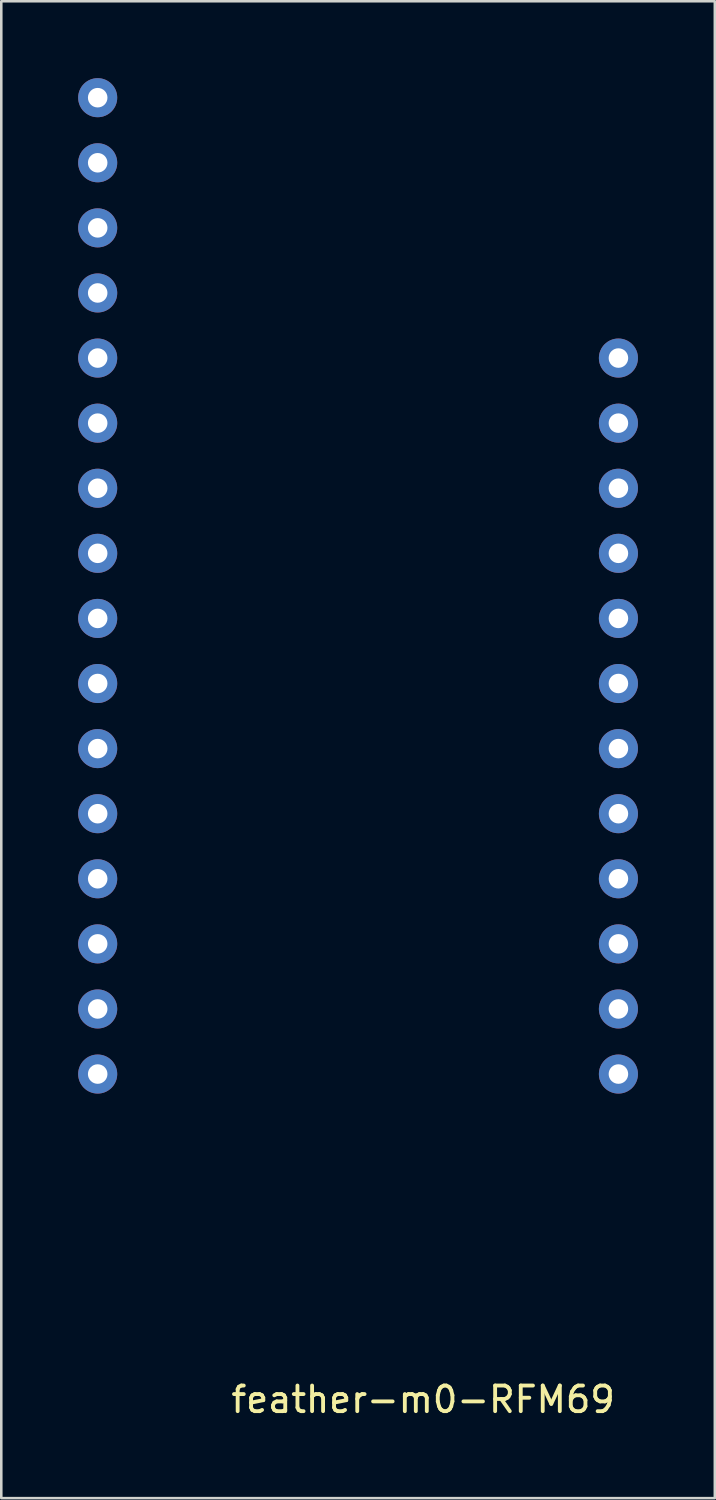
<source format=kicad_pcb>
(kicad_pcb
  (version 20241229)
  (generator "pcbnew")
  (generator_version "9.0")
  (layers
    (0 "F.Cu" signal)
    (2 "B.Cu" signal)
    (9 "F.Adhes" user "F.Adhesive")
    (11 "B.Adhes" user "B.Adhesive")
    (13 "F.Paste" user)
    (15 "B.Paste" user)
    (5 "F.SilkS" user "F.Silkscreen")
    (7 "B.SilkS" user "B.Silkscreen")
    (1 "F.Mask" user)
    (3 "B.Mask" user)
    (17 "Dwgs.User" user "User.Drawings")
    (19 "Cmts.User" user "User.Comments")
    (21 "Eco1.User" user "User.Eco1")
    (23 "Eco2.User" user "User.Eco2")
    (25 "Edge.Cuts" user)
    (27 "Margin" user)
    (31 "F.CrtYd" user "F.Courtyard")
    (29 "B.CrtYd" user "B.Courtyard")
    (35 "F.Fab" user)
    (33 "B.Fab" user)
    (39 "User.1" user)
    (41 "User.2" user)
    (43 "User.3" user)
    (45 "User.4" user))
  (footprint "feather-m0-RFM69"
    (layer "F.Cu")
    (at 0.762 38.862)
    (property "Reference" "feather-m0-RFM69" (at 12.7 12.7 0) (unlocked yes) (layer "F.SilkS") (effects (font (size 1 1) (thickness 0.15))))
    (attr through_hole)
    (pad "1" thru_hole circle (at 0 -38.1) (size 1.524 1.524) (drill 0.762) (layers "*.Cu" "*.Mask"))
    (pad "2" thru_hole circle (at 0 -35.56) (size 1.524 1.524) (drill 0.762) (layers "*.Cu" "*.Mask"))
    (pad "3" thru_hole circle (at 0 -33.02) (size 1.524 1.524) (drill 0.762) (layers "*.Cu" "*.Mask"))
    (pad "4" thru_hole circle (at 0 -30.48) (size 1.524 1.524) (drill 0.762) (layers "*.Cu" "*.Mask"))
    (pad "5" thru_hole circle (at 0 -27.94) (size 1.524 1.524) (drill 0.762) (layers "*.Cu" "*.Mask"))
    (pad "6" thru_hole circle (at 0 -25.4) (size 1.524 1.524) (drill 0.762) (layers "*.Cu" "*.Mask"))
    (pad "7" thru_hole circle (at 0 -22.86) (size 1.524 1.524) (drill 0.762) (layers "*.Cu" "*.Mask"))
    (pad "8" thru_hole circle (at 0 -20.32) (size 1.524 1.524) (drill 0.762) (layers "*.Cu" "*.Mask"))
    (pad "9" thru_hole circle (at 0 -17.78) (size 1.524 1.524) (drill 0.762) (layers "*.Cu" "*.Mask"))
    (pad "10" thru_hole circle (at 0 -15.24) (size 1.524 1.524) (drill 0.762) (layers "*.Cu" "*.Mask"))
    (pad "11" thru_hole circle (at 0 -12.7) (size 1.524 1.524) (drill 0.762) (layers "*.Cu" "*.Mask"))
    (pad "12" thru_hole circle (at 0 -10.16) (size 1.524 1.524) (drill 0.762) (layers "*.Cu" "*.Mask"))
    (pad "13" thru_hole circle (at 0 -7.62) (size 1.524 1.524) (drill 0.762) (layers "*.Cu" "*.Mask"))
    (pad "14" thru_hole circle (at 0 -5.08) (size 1.524 1.524) (drill 0.762) (layers "*.Cu" "*.Mask"))
    (pad "15" thru_hole circle (at 0 -2.54) (size 1.524 1.524) (drill 0.762) (layers "*.Cu" "*.Mask"))
    (pad "16" thru_hole circle (at 0 0) (size 1.524 1.524) (drill 0.762) (layers "*.Cu" "*.Mask"))
    (pad "17" thru_hole circle (at 20.32 -27.94) (size 1.524 1.524) (drill 0.762) (layers "*.Cu" "*.Mask"))
    (pad "18" thru_hole circle (at 20.32 -25.4) (size 1.524 1.524) (drill 0.762) (layers "*.Cu" "*.Mask"))
    (pad "19" thru_hole circle (at 20.32 -22.86) (size 1.524 1.524) (drill 0.762) (layers "*.Cu" "*.Mask"))
    (pad "20" thru_hole circle (at 20.32 -20.32) (size 1.524 1.524) (drill 0.762) (layers "*.Cu" "*.Mask"))
    (pad "21" thru_hole circle (at 20.32 -17.78) (size 1.524 1.524) (drill 0.762) (layers "*.Cu" "*.Mask"))
    (pad "22" thru_hole circle (at 20.32 -15.24) (size 1.524 1.524) (drill 0.762) (layers "*.Cu" "*.Mask"))
    (pad "23" thru_hole circle (at 20.32 -12.7) (size 1.524 1.524) (drill 0.762) (layers "*.Cu" "*.Mask"))
    (pad "24" thru_hole circle (at 20.32 -10.16) (size 1.524 1.524) (drill 0.762) (layers "*.Cu" "*.Mask"))
    (pad "25" thru_hole circle (at 20.32 -7.62) (size 1.524 1.524) (drill 0.762) (layers "*.Cu" "*.Mask"))
    (pad "26" thru_hole circle (at 20.32 -5.08) (size 1.524 1.524) (drill 0.762) (layers "*.Cu" "*.Mask"))
    (pad "27" thru_hole circle (at 20.32 -2.54) (size 1.524 1.524) (drill 0.762) (layers "*.Cu" "*.Mask"))
    (pad "28" thru_hole circle (at 20.32 0) (size 1.524 1.524) (drill 0.762) (layers "*.Cu" "*.Mask")))
  (gr_rect
    (start -3 -3)
    (end 24.844 55.41)
    (stroke (width 0.1) (type default))
    (fill no)
    (layer "Edge.Cuts")))
</source>
